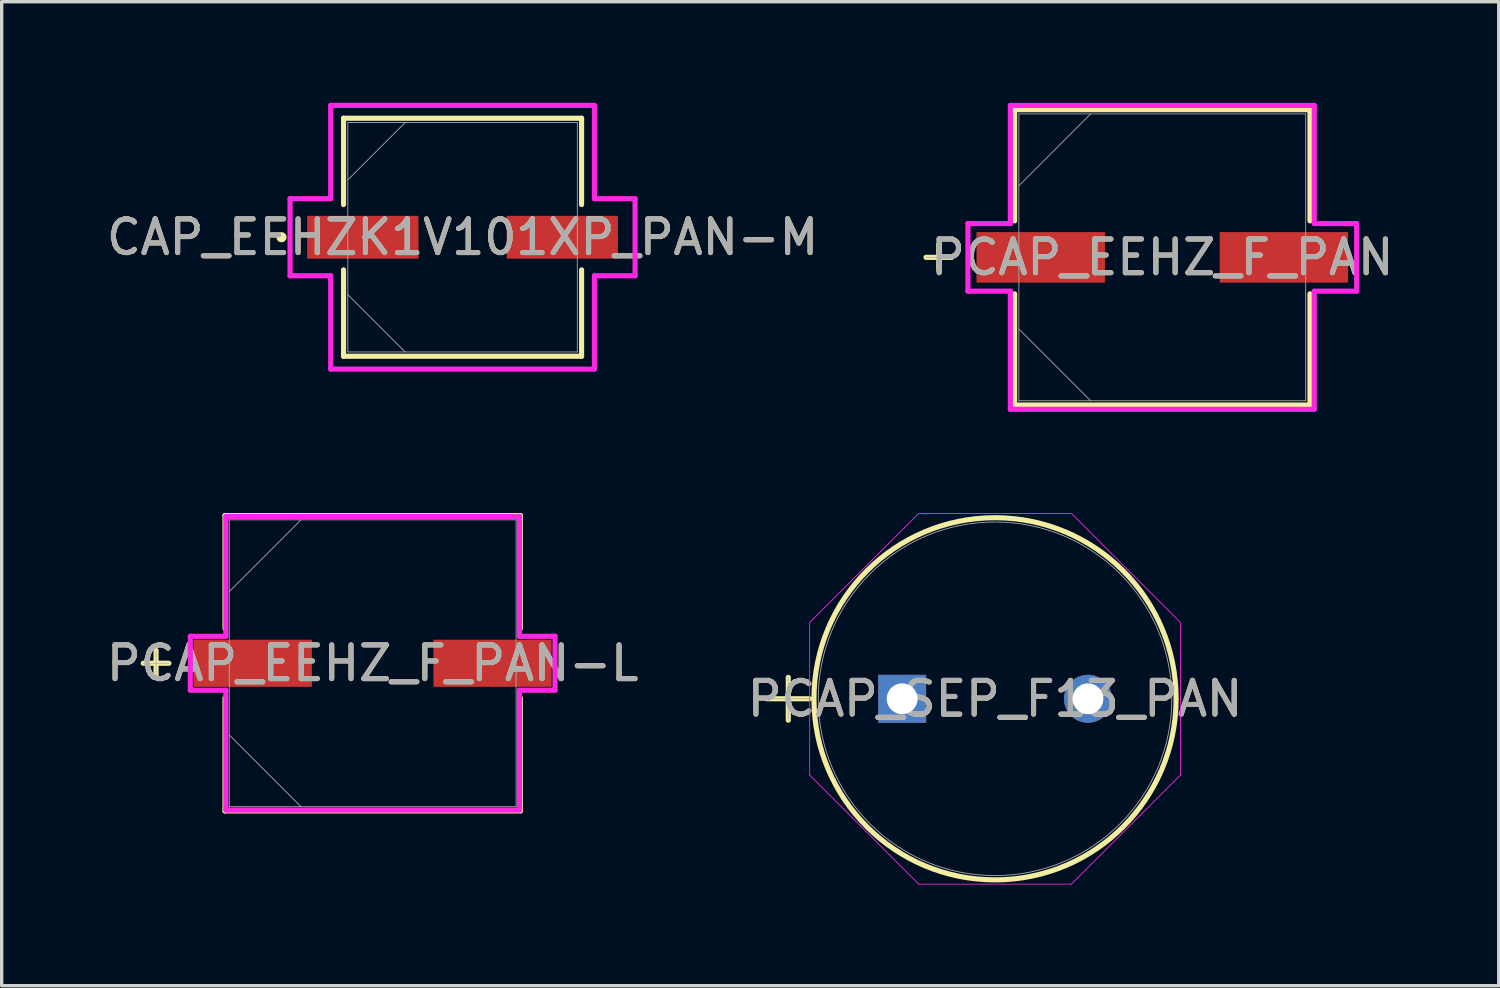
<source format=kicad_pcb>
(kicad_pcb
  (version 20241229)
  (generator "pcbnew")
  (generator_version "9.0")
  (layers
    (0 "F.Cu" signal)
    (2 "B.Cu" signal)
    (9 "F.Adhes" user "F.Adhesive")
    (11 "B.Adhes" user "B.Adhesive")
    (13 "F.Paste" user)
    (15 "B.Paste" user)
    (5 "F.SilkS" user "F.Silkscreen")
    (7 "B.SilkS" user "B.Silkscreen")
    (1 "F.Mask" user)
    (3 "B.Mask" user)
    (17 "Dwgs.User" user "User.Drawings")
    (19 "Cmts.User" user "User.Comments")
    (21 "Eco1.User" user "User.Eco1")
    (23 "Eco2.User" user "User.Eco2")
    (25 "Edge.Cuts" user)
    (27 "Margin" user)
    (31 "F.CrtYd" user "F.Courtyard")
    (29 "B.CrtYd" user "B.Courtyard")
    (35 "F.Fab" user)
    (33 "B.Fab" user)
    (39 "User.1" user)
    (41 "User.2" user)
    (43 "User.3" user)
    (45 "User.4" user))
  (footprint "PCAP_EEHZ_F_PAN"
    (layer "F.Cu")
    (at 31.432 4.585)
    (property "Reference" "PCAP_EEHZ_F_PAN" (at 0 0 0) (unlocked yes) (layer "F.SilkS") (effects (font (size 1 1) (thickness 0.15))))
    (attr smd)
    (fp_line (start -6.629 -0.381) (end -6.629 0.381) (stroke (width 0.152) (type solid)) (layer "F.SilkS"))
    (fp_line (start -6.248 0) (end -7.01 0) (stroke (width 0.152) (type solid)) (layer "F.SilkS"))
    (fp_line (start -4.381 -4.381) (end -4.381 -1.082) (stroke (width 0.152) (type solid)) (layer "F.SilkS"))
    (fp_line (start -4.381 1.082) (end -4.381 4.381) (stroke (width 0.152) (type solid)) (layer "F.SilkS"))
    (fp_line (start -4.381 4.381) (end 4.381 4.381) (stroke (width 0.152) (type solid)) (layer "F.SilkS"))
    (fp_line (start 4.381 -4.381) (end -4.381 -4.381) (stroke (width 0.152) (type solid)) (layer "F.SilkS"))
    (fp_line (start 4.381 -1.082) (end 4.381 -4.381) (stroke (width 0.152) (type solid)) (layer "F.SilkS"))
    (fp_line (start 4.381 4.381) (end 4.381 1.082) (stroke (width 0.152) (type solid)) (layer "F.SilkS"))
    (fp_line (start -5.766 -1.003) (end -4.508 -1.003) (stroke (width 0.152) (type solid)) (layer "F.CrtYd"))
    (fp_line (start -5.766 1.003) (end -5.766 -1.003) (stroke (width 0.152) (type solid)) (layer "F.CrtYd"))
    (fp_line (start -4.508 -4.508) (end 4.508 -4.508) (stroke (width 0.152) (type solid)) (layer "F.CrtYd"))
    (fp_line (start -4.508 -1.003) (end -4.508 -4.508) (stroke (width 0.152) (type solid)) (layer "F.CrtYd"))
    (fp_line (start -4.508 1.003) (end -5.766 1.003) (stroke (width 0.152) (type solid)) (layer "F.CrtYd"))
    (fp_line (start -4.508 4.508) (end -4.508 1.003) (stroke (width 0.152) (type solid)) (layer "F.CrtYd"))
    (fp_line (start 4.508 -4.508) (end 4.508 -1.003) (stroke (width 0.152) (type solid)) (layer "F.CrtYd"))
    (fp_line (start 4.508 -1.003) (end 5.766 -1.003) (stroke (width 0.152) (type solid)) (layer "F.CrtYd"))
    (fp_line (start 4.508 1.003) (end 4.508 4.508) (stroke (width 0.152) (type solid)) (layer "F.CrtYd"))
    (fp_line (start 4.508 4.508) (end -4.508 4.508) (stroke (width 0.152) (type solid)) (layer "F.CrtYd"))
    (fp_line (start 5.766 -1.003) (end 5.766 1.003) (stroke (width 0.152) (type solid)) (layer "F.CrtYd"))
    (fp_line (start 5.766 1.003) (end 4.508 1.003) (stroke (width 0.152) (type solid)) (layer "F.CrtYd"))
    (fp_line (start -6.629 -0.381) (end -6.629 0.381) (stroke (width 0.025) (type solid)) (layer "F.Fab"))
    (fp_line (start -6.248 0) (end -7.01 0) (stroke (width 0.025) (type solid)) (layer "F.Fab"))
    (fp_line (start -4.255 -4.255) (end -4.255 4.255) (stroke (width 0.025) (type solid)) (layer "F.Fab"))
    (fp_line (start -4.255 -2.127) (end -2.127 -4.255) (stroke (width 0.025) (type solid)) (layer "F.Fab"))
    (fp_line (start -4.255 2.127) (end -2.127 4.255) (stroke (width 0.025) (type solid)) (layer "F.Fab"))
    (fp_line (start -4.255 4.255) (end 4.255 4.255) (stroke (width 0.025) (type solid)) (layer "F.Fab"))
    (fp_line (start 4.255 -4.255) (end -4.255 -4.255) (stroke (width 0.025) (type solid)) (layer "F.Fab"))
    (fp_line (start 4.255 4.255) (end 4.255 -4.255) (stroke (width 0.025) (type solid)) (layer "F.Fab"))
    (fp_text user "${REFERENCE}" (at 0 0 0) (unlocked yes) (layer "F.Fab") (effects (font (size 1 1) (thickness 0.15))))
    (pad "1" smd rect (at -3.607 0) (size 3.81 1.499) (layers "F.Cu" "F.Mask" "F.Paste"))
    (pad "2" smd rect (at 3.607 0) (size 3.81 1.499) (layers "F.Cu" "F.Mask" "F.Paste"))
    (zone (net_name "") (layer "F.Cu") (hatch full 0.508) (connect_pads) (min_thickness 0.254) (filled_areas_thickness no) (keepout (tracks not_allowed) (vias not_allowed) (pads allowed) (copperpour not_allowed) (footprints allowed)) (placement (enabled no)) (fill) (polygon (pts (xy 27.228 0.381) (xy 35.636 0.381) (xy 35.636 3.785) (xy 27.228 3.785))))
    (zone (net_name "") (layer "F.Cu") (hatch full 0.508) (connect_pads) (min_thickness 0.254) (filled_areas_thickness no) (keepout (tracks not_allowed) (vias not_allowed) (pads allowed) (copperpour not_allowed) (footprints allowed)) (placement (enabled no)) (fill) (polygon (pts (xy 27.228 5.385) (xy 35.636 5.385) (xy 35.636 8.788) (xy 27.228 8.788))))
    (zone (net_name "") (layer "F.Cu") (hatch full 0.508) (connect_pads) (min_thickness 0.254) (filled_areas_thickness no) (keepout (tracks not_allowed) (vias not_allowed) (pads allowed) (copperpour not_allowed) (footprints allowed)) (placement (enabled no)) (fill) (polygon (pts (xy 29.781 3.785) (xy 33.083 3.785) (xy 33.083 5.385) (xy 29.781 5.385)))))
  (footprint "PCAP_EEHZ_F_PAN-L"
    (layer "F.Cu")
    (at 8.006 16.627)
    (property "Reference" "PCAP_EEHZ_F_PAN-L" (at 0 0 0) (unlocked yes) (layer "F.SilkS") (effects (font (size 1 1) (thickness 0.15))))
    (attr smd)
    (fp_line (start -6.426 -0.381) (end -6.426 0.381) (stroke (width 0.152) (type solid)) (layer "F.SilkS"))
    (fp_line (start -6.045 0) (end -6.807 0) (stroke (width 0.152) (type solid)) (layer "F.SilkS"))
    (fp_line (start -4.381 -4.381) (end -4.381 -1.031) (stroke (width 0.152) (type solid)) (layer "F.SilkS"))
    (fp_line (start -4.381 1.031) (end -4.381 4.381) (stroke (width 0.152) (type solid)) (layer "F.SilkS"))
    (fp_line (start -4.381 4.381) (end 4.381 4.381) (stroke (width 0.152) (type solid)) (layer "F.SilkS"))
    (fp_line (start 4.381 -4.381) (end -4.381 -4.381) (stroke (width 0.152) (type solid)) (layer "F.SilkS"))
    (fp_line (start 4.381 -1.031) (end 4.381 -4.381) (stroke (width 0.152) (type solid)) (layer "F.SilkS"))
    (fp_line (start 4.381 4.381) (end 4.381 1.031) (stroke (width 0.152) (type solid)) (layer "F.SilkS"))
    (fp_line (start -5.41 -0.8) (end -4.356 -0.8) (stroke (width 0.152) (type solid)) (layer "F.CrtYd"))
    (fp_line (start -5.41 0.8) (end -5.41 -0.8) (stroke (width 0.152) (type solid)) (layer "F.CrtYd"))
    (fp_line (start -4.356 -4.356) (end 4.356 -4.356) (stroke (width 0.152) (type solid)) (layer "F.CrtYd"))
    (fp_line (start -4.356 -0.8) (end -4.356 -4.356) (stroke (width 0.152) (type solid)) (layer "F.CrtYd"))
    (fp_line (start -4.356 0.8) (end -5.41 0.8) (stroke (width 0.152) (type solid)) (layer "F.CrtYd"))
    (fp_line (start -4.356 4.356) (end -4.356 0.8) (stroke (width 0.152) (type solid)) (layer "F.CrtYd"))
    (fp_line (start 4.356 -4.356) (end 4.356 -0.8) (stroke (width 0.152) (type solid)) (layer "F.CrtYd"))
    (fp_line (start 4.356 -0.8) (end 5.41 -0.8) (stroke (width 0.152) (type solid)) (layer "F.CrtYd"))
    (fp_line (start 4.356 0.8) (end 4.356 4.356) (stroke (width 0.152) (type solid)) (layer "F.CrtYd"))
    (fp_line (start 4.356 4.356) (end -4.356 4.356) (stroke (width 0.152) (type solid)) (layer "F.CrtYd"))
    (fp_line (start 5.41 -0.8) (end 5.41 0.8) (stroke (width 0.152) (type solid)) (layer "F.CrtYd"))
    (fp_line (start 5.41 0.8) (end 4.356 0.8) (stroke (width 0.152) (type solid)) (layer "F.CrtYd"))
    (fp_line (start -6.426 -0.381) (end -6.426 0.381) (stroke (width 0.025) (type solid)) (layer "F.Fab"))
    (fp_line (start -6.045 0) (end -6.807 0) (stroke (width 0.025) (type solid)) (layer "F.Fab"))
    (fp_line (start -4.255 -4.255) (end -4.255 4.255) (stroke (width 0.025) (type solid)) (layer "F.Fab"))
    (fp_line (start -4.255 -2.127) (end -2.127 -4.255) (stroke (width 0.025) (type solid)) (layer "F.Fab"))
    (fp_line (start -4.255 2.127) (end -2.127 4.255) (stroke (width 0.025) (type solid)) (layer "F.Fab"))
    (fp_line (start -4.255 4.255) (end 4.255 4.255) (stroke (width 0.025) (type solid)) (layer "F.Fab"))
    (fp_line (start 4.255 -4.255) (end -4.255 -4.255) (stroke (width 0.025) (type solid)) (layer "F.Fab"))
    (fp_line (start 4.255 4.255) (end 4.255 -4.255) (stroke (width 0.025) (type solid)) (layer "F.Fab"))
    (fp_text user "${REFERENCE}" (at 0 0 0) (unlocked yes) (layer "F.Fab") (effects (font (size 1 1) (thickness 0.15))))
    (pad "1" smd rect (at -3.556 0) (size 3.505 1.397) (layers "F.Cu" "F.Mask" "F.Paste"))
    (pad "2" smd rect (at 3.556 0) (size 3.505 1.397) (layers "F.Cu" "F.Mask" "F.Paste"))
    (zone (net_name "") (layer "F.Cu") (hatch full 0.508) (connect_pads) (min_thickness 0.254) (filled_areas_thickness no) (keepout (tracks not_allowed) (vias not_allowed) (pads allowed) (copperpour not_allowed) (footprints allowed)) (placement (enabled no)) (fill) (polygon (pts (xy 3.802 12.423) (xy 12.21 12.423) (xy 12.21 15.878) (xy 3.802 15.878))))
    (zone (net_name "") (layer "F.Cu") (hatch full 0.508) (connect_pads) (min_thickness 0.254) (filled_areas_thickness no) (keepout (tracks not_allowed) (vias not_allowed) (pads allowed) (copperpour not_allowed) (footprints allowed)) (placement (enabled no)) (fill) (polygon (pts (xy 3.802 17.376) (xy 12.21 17.376) (xy 12.21 20.831) (xy 3.802 20.831))))
    (zone (net_name "") (layer "F.Cu") (hatch full 0.508) (connect_pads) (min_thickness 0.254) (filled_areas_thickness no) (keepout (tracks not_allowed) (vias not_allowed) (pads allowed) (copperpour not_allowed) (footprints allowed)) (placement (enabled no)) (fill) (polygon (pts (xy 6.253 15.878) (xy 9.759 15.878) (xy 9.759 17.376) (xy 6.253 17.376)))))
  (footprint "CAP_EEHZK1V101XP_PAN-M"
    (layer "F.Cu")
    (at 10.673 3.988)
    (property "Reference" "CAP_EEHZK1V101XP_PAN-M" (at 0 0 0) (unlocked yes) (layer "F.SilkS") (effects (font (size 1 1) (thickness 0.15))))
    (attr smd)
    (fp_line (start -3.531 -3.531) (end -3.531 -0.968) (stroke (width 0.152) (type solid)) (layer "F.SilkS"))
    (fp_line (start -3.531 0.968) (end -3.531 3.531) (stroke (width 0.152) (type solid)) (layer "F.SilkS"))
    (fp_line (start -3.531 3.531) (end 3.531 3.531) (stroke (width 0.152) (type solid)) (layer "F.SilkS"))
    (fp_line (start 3.531 -3.531) (end -3.531 -3.531) (stroke (width 0.152) (type solid)) (layer "F.SilkS"))
    (fp_line (start 3.531 -0.968) (end 3.531 -3.531) (stroke (width 0.152) (type solid)) (layer "F.SilkS"))
    (fp_line (start 3.531 3.531) (end 3.531 0.968) (stroke (width 0.152) (type solid)) (layer "F.SilkS"))
    (fp_circle (center -5.372 0) (end -5.296 0) (stroke (width 0.152) (type solid)) (fill no) (layer "F.SilkS"))
    (fp_line (start -5.118 -1.143) (end -3.912 -1.143) (stroke (width 0.152) (type solid)) (layer "F.CrtYd"))
    (fp_line (start -5.118 1.143) (end -5.118 -1.143) (stroke (width 0.152) (type solid)) (layer "F.CrtYd"))
    (fp_line (start -3.912 -3.912) (end 3.912 -3.912) (stroke (width 0.152) (type solid)) (layer "F.CrtYd"))
    (fp_line (start -3.912 -1.143) (end -3.912 -3.912) (stroke (width 0.152) (type solid)) (layer "F.CrtYd"))
    (fp_line (start -3.912 1.143) (end -5.118 1.143) (stroke (width 0.152) (type solid)) (layer "F.CrtYd"))
    (fp_line (start -3.912 3.912) (end -3.912 1.143) (stroke (width 0.152) (type solid)) (layer "F.CrtYd"))
    (fp_line (start 3.912 -3.912) (end 3.912 -1.143) (stroke (width 0.152) (type solid)) (layer "F.CrtYd"))
    (fp_line (start 3.912 -1.143) (end 5.118 -1.143) (stroke (width 0.152) (type solid)) (layer "F.CrtYd"))
    (fp_line (start 3.912 1.143) (end 3.912 3.912) (stroke (width 0.152) (type solid)) (layer "F.CrtYd"))
    (fp_line (start 3.912 3.912) (end -3.912 3.912) (stroke (width 0.152) (type solid)) (layer "F.CrtYd"))
    (fp_line (start 5.118 -1.143) (end 5.118 1.143) (stroke (width 0.152) (type solid)) (layer "F.CrtYd"))
    (fp_line (start 5.118 1.143) (end 3.912 1.143) (stroke (width 0.152) (type solid)) (layer "F.CrtYd"))
    (fp_line (start -3.404 -3.404) (end -3.404 3.404) (stroke (width 0.025) (type solid)) (layer "F.Fab"))
    (fp_line (start -3.404 -1.702) (end -1.702 -3.404) (stroke (width 0.025) (type solid)) (layer "F.Fab"))
    (fp_line (start -3.404 1.702) (end -1.702 3.404) (stroke (width 0.025) (type solid)) (layer "F.Fab"))
    (fp_line (start -3.404 3.404) (end 3.404 3.404) (stroke (width 0.025) (type solid)) (layer "F.Fab"))
    (fp_line (start 3.404 -3.404) (end -3.404 -3.404) (stroke (width 0.025) (type solid)) (layer "F.Fab"))
    (fp_line (start 3.404 3.404) (end 3.404 -3.404) (stroke (width 0.025) (type solid)) (layer "F.Fab"))
    (fp_circle (center -2.896 0) (end -2.819 0) (stroke (width 0.025) (type solid)) (fill no) (layer "F.Fab"))
    (fp_text user "${REFERENCE}" (at 0 0 0) (unlocked yes) (layer "F.Fab") (effects (font (size 1 1) (thickness 0.15))))
    (pad "1" smd rect (at -2.959 0) (size 3.302 1.27) (layers "F.Cu" "F.Mask" "F.Paste"))
    (pad "2" smd rect (at 2.959 0) (size 3.302 1.27) (layers "F.Cu" "F.Mask" "F.Paste"))
    (zone (net_name "") (layer "F.Cu") (hatch full 0.508) (connect_pads) (min_thickness 0.254) (filled_areas_thickness no) (keepout (tracks not_allowed) (vias not_allowed) (pads allowed) (copperpour not_allowed) (footprints allowed)) (placement (enabled no)) (fill) (polygon (pts (xy 7.32 0.635) (xy 14.025 0.635) (xy 14.025 3.302) (xy 7.32 3.302))))
    (zone (net_name "") (layer "F.Cu") (hatch full 0.508) (connect_pads) (min_thickness 0.254) (filled_areas_thickness no) (keepout (tracks not_allowed) (vias not_allowed) (pads allowed) (copperpour not_allowed) (footprints allowed)) (placement (enabled no)) (fill) (polygon (pts (xy 7.32 4.674) (xy 14.025 4.674) (xy 14.025 7.341) (xy 7.32 7.341))))
    (zone (net_name "") (layer "F.Cu") (hatch full 0.508) (connect_pads) (min_thickness 0.254) (filled_areas_thickness no) (keepout (tracks not_allowed) (vias not_allowed) (pads allowed) (copperpour not_allowed) (footprints allowed)) (placement (enabled no)) (fill) (polygon (pts (xy 9.415 3.302) (xy 11.93 3.302) (xy 11.93 4.674) (xy 9.415 4.674)))))
  (footprint "PCAP_SEP_F13_PAN"
    (layer "F.Cu")
    (at 23.714 17.681)
    (property "Reference" "PCAP_SEP_F13_PAN" (at 2.756 0 0) (unlocked yes) (layer "F.SilkS") (effects (font (size 1 1) (thickness 0.15))))
    (attr through_hole)
    (fp_line (start -4.013 0) (end -2.743 0) (stroke (width 0.152) (type solid)) (layer "F.SilkS"))
    (fp_line (start -3.378 -0.635) (end -3.378 0.635) (stroke (width 0.152) (type solid)) (layer "F.SilkS"))
    (fp_circle (center 2.756 0) (end 8.128 0) (stroke (width 0.152) (type solid)) (fill no) (layer "F.SilkS"))
    (fp_line (start -2.743 -2.264) (end 0.492 -5.499) (stroke (width 0.025) (type solid)) (layer "F.CrtYd"))
    (fp_line (start -2.743 2.264) (end -2.743 -2.264) (stroke (width 0.025) (type solid)) (layer "F.CrtYd"))
    (fp_line (start 0.492 -5.499) (end 5.02 -5.499) (stroke (width 0.025) (type solid)) (layer "F.CrtYd"))
    (fp_line (start 0.492 5.499) (end -2.743 2.264) (stroke (width 0.025) (type solid)) (layer "F.CrtYd"))
    (fp_line (start 5.02 -5.499) (end 8.255 -2.264) (stroke (width 0.025) (type solid)) (layer "F.CrtYd"))
    (fp_line (start 5.02 5.499) (end 0.492 5.499) (stroke (width 0.025) (type solid)) (layer "F.CrtYd"))
    (fp_line (start 8.255 -2.264) (end 8.255 2.264) (stroke (width 0.025) (type solid)) (layer "F.CrtYd"))
    (fp_line (start 8.255 2.264) (end 5.02 5.499) (stroke (width 0.025) (type solid)) (layer "F.CrtYd"))
    (fp_line (start -4.013 0) (end -2.743 0) (stroke (width 0.025) (type solid)) (layer "F.Fab"))
    (fp_line (start -3.378 -0.635) (end -3.378 0.635) (stroke (width 0.025) (type solid)) (layer "F.Fab"))
    (fp_circle (center 2.756 0) (end 8.001 0) (stroke (width 0.025) (type solid)) (fill no) (layer "F.Fab"))
    (fp_text user "${REFERENCE}" (at 2.756 0 0) (unlocked yes) (layer "F.Fab") (effects (font (size 1 1) (thickness 0.15))))
    (pad "1" thru_hole rect (at 0 0) (size 1.422 1.422) (drill 0.914) (layers "*.Cu" "*.Mask"))
    (pad "2" thru_hole circle (at 5.512 0) (size 1.422 1.422) (drill 0.914) (layers "*.Cu" "*.Mask")))
  (gr_rect
    (start -3 -3)
    (end 41.414 26.193)
    (stroke (width 0.1) (type default))
    (fill no)
    (layer "Edge.Cuts")))
</source>
